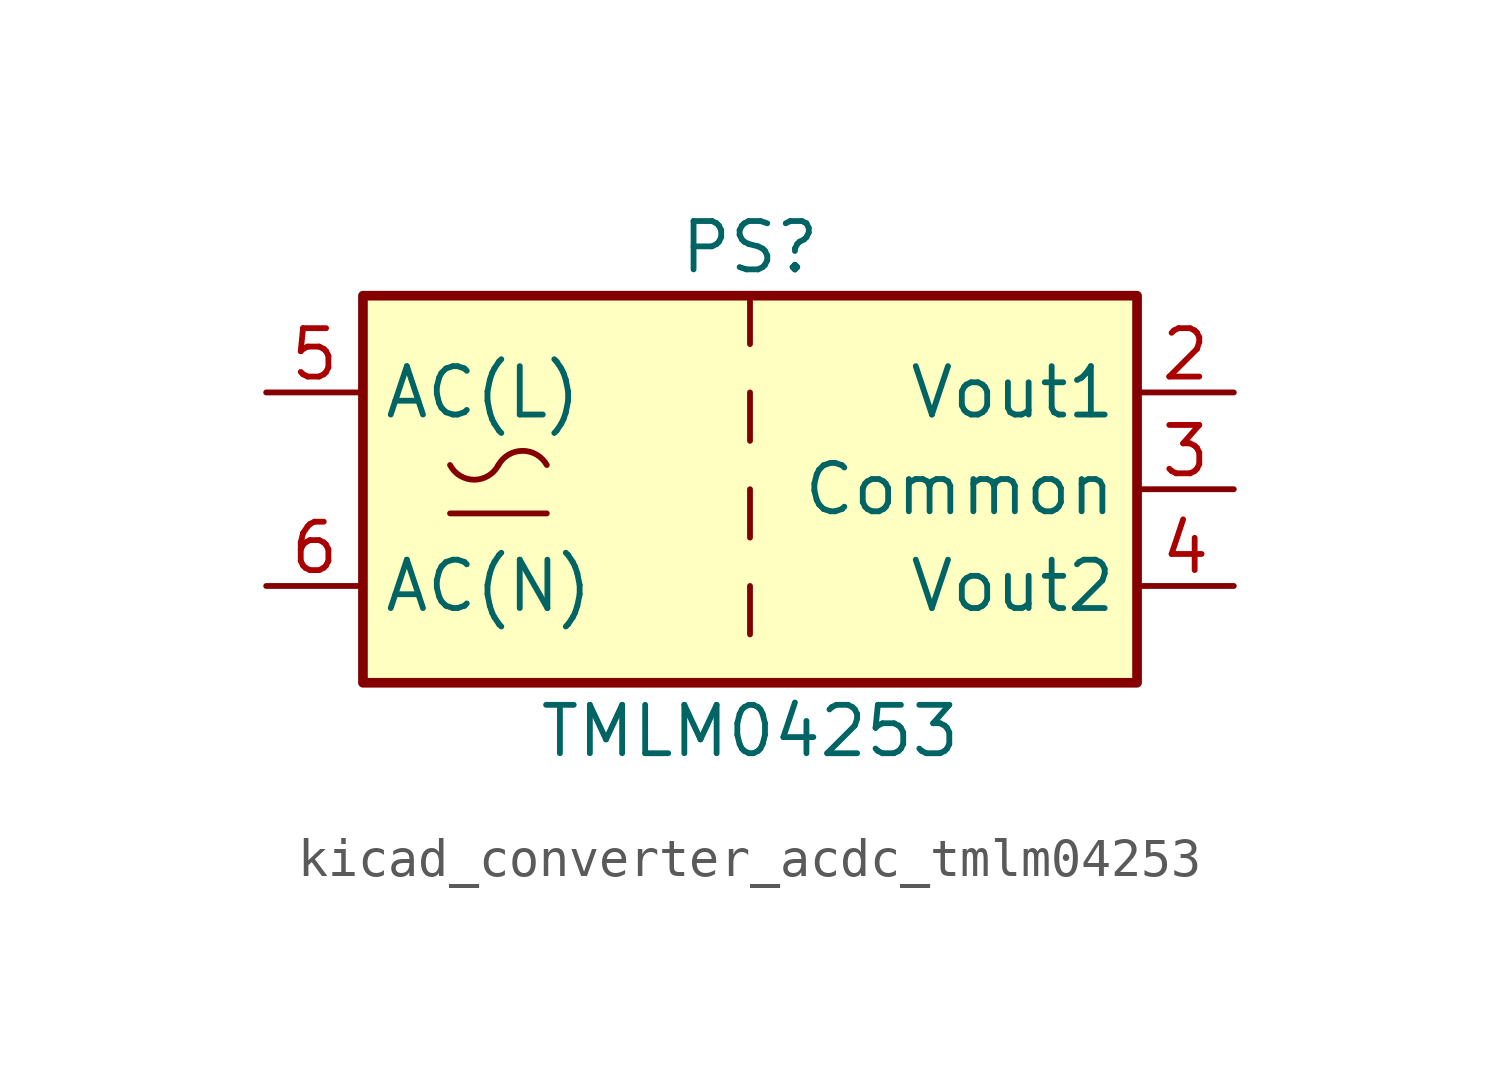
<source format=kicad_sym>
(kicad_symbol_lib
  (version 20220914)
  (generator kicad_symbol_editor)
  (symbol "kicad_converter_acdc_tmlm04253"
    (property "Reference" "PS"
      (at 0 6.35 0)
      (effects (font (size 1.27 1.27))))
    (property "Value" "TMLM04253"
      (at 0 -6.35 0)
      (effects (font (size 1.27 1.27))))
    (symbol "kicad_converter_acdc_tmlm04253_0_1"
      (rectangle (start -10.16 5.08) (end 10.16 -5.08) (stroke (width 0.254) (type default)) (fill (type background)))
      (arc (start -7.874 0.635) (mid -7.239 0.2495) (end -6.604 0.635) (stroke (width 0) (type default)) (fill (type none)))
      (arc (start -5.334 0.635) (mid -5.969 1.0072) (end -6.604 0.635) (stroke (width 0) (type default)) (fill (type none)))
      (polyline (pts (xy -7.874 -0.635) (xy -5.334 -0.635)) (stroke (width 0) (type default)) (fill (type none)))
      (polyline (pts (xy 0 -2.54) (xy 0 -3.81)) (stroke (width 0) (type default)) (fill (type none)))
      (polyline (pts (xy 0 0) (xy 0 -1.27)) (stroke (width 0) (type default)) (fill (type none)))
      (polyline (pts (xy 0 2.54) (xy 0 1.27)) (stroke (width 0) (type default)) (fill (type none)))
      (polyline (pts (xy 0 5.08) (xy 0 3.81)) (stroke (width 0) (type default)) (fill (type none))))
    (symbol "kicad_converter_acdc_tmlm04253_1_1"
      (pin power_out line (at 12.7 2.54 180) (length 2.54) (name "Vout1" (effects (font (size 1.27 1.27)))) (number "2" (effects (font (size 1.27 1.27)))))
      (pin power_out line (at 12.7 0 180) (length 2.54) (name "Common" (effects (font (size 1.27 1.27)))) (number "3" (effects (font (size 1.27 1.27)))))
      (pin power_out line (at 12.7 -2.54 180) (length 2.54) (name "Vout2" (effects (font (size 1.27 1.27)))) (number "4" (effects (font (size 1.27 1.27)))))
      (pin power_in line (at -12.7 2.54 0) (length 2.54) (name "AC(L)" (effects (font (size 1.27 1.27)))) (number "5" (effects (font (size 1.27 1.27)))))
      (pin power_in line (at -12.7 -2.54 0) (length 2.54) (name "AC(N)" (effects (font (size 1.27 1.27)))) (number "6" (effects (font (size 1.27 1.27))))))))
</source>
